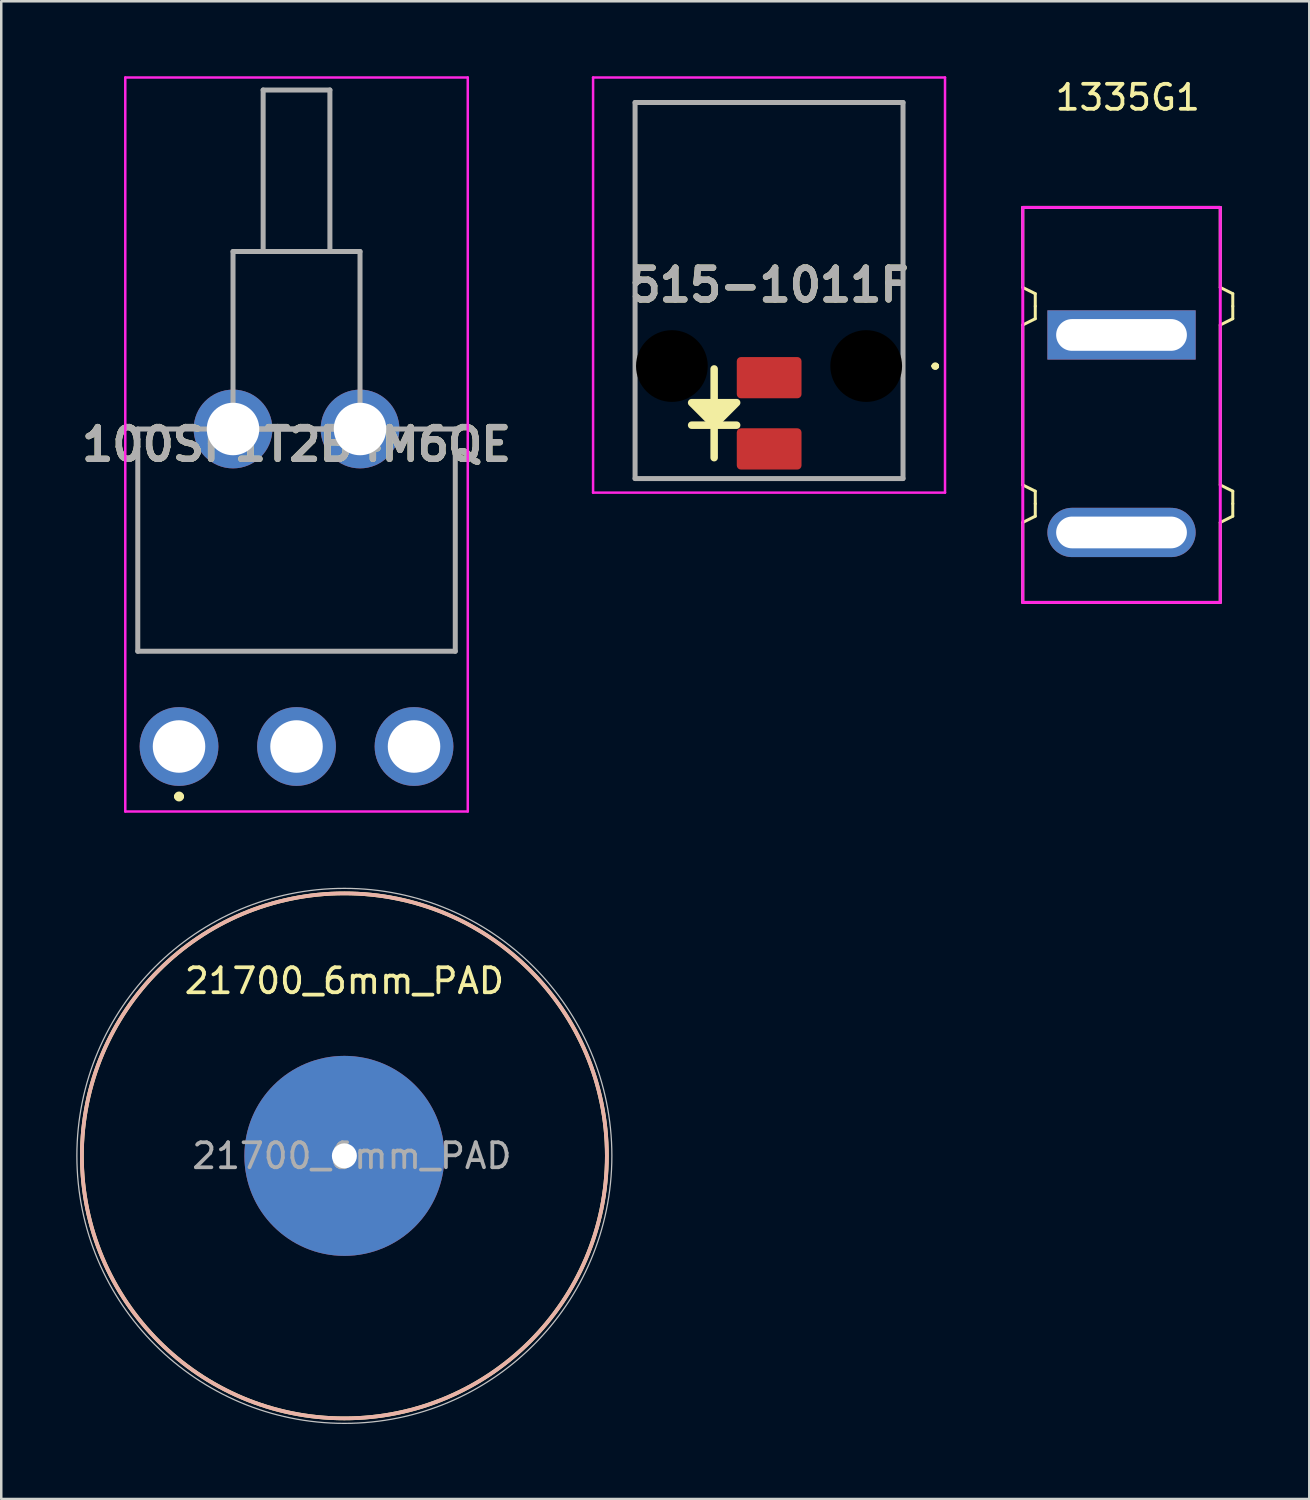
<source format=kicad_pcb>
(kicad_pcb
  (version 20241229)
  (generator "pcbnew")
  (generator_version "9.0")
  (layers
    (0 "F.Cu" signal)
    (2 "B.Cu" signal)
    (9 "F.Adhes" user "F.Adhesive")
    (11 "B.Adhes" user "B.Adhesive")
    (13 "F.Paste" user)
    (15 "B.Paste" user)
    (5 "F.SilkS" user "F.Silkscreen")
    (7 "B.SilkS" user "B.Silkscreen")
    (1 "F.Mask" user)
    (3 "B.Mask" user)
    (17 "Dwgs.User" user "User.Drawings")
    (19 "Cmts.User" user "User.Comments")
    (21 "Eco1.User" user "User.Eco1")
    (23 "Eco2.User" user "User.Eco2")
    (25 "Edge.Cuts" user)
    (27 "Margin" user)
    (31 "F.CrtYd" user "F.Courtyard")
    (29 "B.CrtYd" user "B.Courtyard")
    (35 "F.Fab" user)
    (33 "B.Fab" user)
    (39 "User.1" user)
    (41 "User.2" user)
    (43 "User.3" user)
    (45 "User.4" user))
  (footprint "100SP1T2B4M6QE"
    (layer "F.Cu")
    (at 4.111 26.81)
    (property "Reference" "100SP1T2B4M6QE" (at 4.7 -12.08 0) (layer "F.SilkS") (effects (font (size 1.27 1.27) (thickness 0.254))))
    (attr through_hole)
    (fp_line (start -1.65 -12.7) (end -0.3 -12.7) (stroke (width 0.1) (type solid)) (layer "F.SilkS"))
    (fp_line (start -1.65 -3.8) (end -1.65 -12.7) (stroke (width 0.1) (type solid)) (layer "F.SilkS"))
    (fp_line (start -0.1 2) (end -0.1 2) (stroke (width 0.2) (type solid)) (layer "F.SilkS"))
    (fp_line (start 0.1 2) (end 0.1 2) (stroke (width 0.2) (type solid)) (layer "F.SilkS"))
    (fp_line (start 4.3 -12.7) (end 5.1 -12.7) (stroke (width 0.1) (type solid)) (layer "F.SilkS"))
    (fp_line (start 9.7 -12.7) (end 11.05 -12.7) (stroke (width 0.1) (type solid)) (layer "F.SilkS"))
    (fp_line (start 11.05 -12.7) (end 11.05 -3.8) (stroke (width 0.1) (type solid)) (layer "F.SilkS"))
    (fp_line (start 11.05 -3.8) (end -1.65 -3.8) (stroke (width 0.1) (type solid)) (layer "F.SilkS"))
    (fp_arc (start -0.1 2) (mid 0 1.9) (end 0.1 2) (stroke (width 0.2) (type solid)) (layer "F.SilkS"))
    (fp_arc (start 0.1 2) (mid 0 2.1) (end -0.1 2) (stroke (width 0.2) (type solid)) (layer "F.SilkS"))
    (fp_line (start -2.15 -26.76) (end 11.55 -26.76) (stroke (width 0.1) (type solid)) (layer "F.CrtYd"))
    (fp_line (start -2.15 2.6) (end -2.15 -26.76) (stroke (width 0.1) (type solid)) (layer "F.CrtYd"))
    (fp_line (start 11.55 -26.76) (end 11.55 2.6) (stroke (width 0.1) (type solid)) (layer "F.CrtYd"))
    (fp_line (start 11.55 2.6) (end -2.15 2.6) (stroke (width 0.1) (type solid)) (layer "F.CrtYd"))
    (fp_line (start -1.65 -12.7) (end 11.05 -12.7) (stroke (width 0.2) (type solid)) (layer "F.Fab"))
    (fp_line (start -1.65 -3.81) (end -1.65 -12.7) (stroke (width 0.2) (type solid)) (layer "F.Fab"))
    (fp_line (start 2.16 -19.8) (end 2.16 -12.7) (stroke (width 0.2) (type solid)) (layer "F.Fab"))
    (fp_line (start 2.16 -12.7) (end 7.24 -12.7) (stroke (width 0.2) (type solid)) (layer "F.Fab"))
    (fp_line (start 3.365 -26.26) (end 6.035 -26.26) (stroke (width 0.2) (type solid)) (layer "F.Fab"))
    (fp_line (start 3.365 -19.8) (end 3.365 -26.26) (stroke (width 0.2) (type solid)) (layer "F.Fab"))
    (fp_line (start 6.035 -26.26) (end 6.035 -19.8) (stroke (width 0.2) (type solid)) (layer "F.Fab"))
    (fp_line (start 6.035 -19.8) (end 3.365 -19.8) (stroke (width 0.2) (type solid)) (layer "F.Fab"))
    (fp_line (start 7.24 -19.8) (end 2.16 -19.8) (stroke (width 0.2) (type solid)) (layer "F.Fab"))
    (fp_line (start 7.24 -12.7) (end 7.24 -19.8) (stroke (width 0.2) (type solid)) (layer "F.Fab"))
    (fp_line (start 11.05 -12.7) (end 11.05 -3.81) (stroke (width 0.2) (type solid)) (layer "F.Fab"))
    (fp_line (start 11.05 -3.81) (end -1.65 -3.81) (stroke (width 0.2) (type solid)) (layer "F.Fab"))
    (fp_text user "${REFERENCE}" (at 4.7 -12.08 0) (layer "F.Fab") (effects (font (size 1.27 1.27) (thickness 0.254))))
    (pad "1" thru_hole circle (at 0 0) (size 3.15 3.15) (drill 2.1) (layers "*.Cu" "*.Mask"))
    (pad "2" thru_hole circle (at 4.7 0) (size 3.15 3.15) (drill 2.1) (layers "*.Cu" "*.Mask"))
    (pad "3" thru_hole circle (at 9.4 0) (size 3.15 3.15) (drill 2.1) (layers "*.Cu" "*.Mask"))
    (pad "MH1" thru_hole circle (at 2.16 -12.7) (size 3.15 3.15) (drill 2.1) (layers "*.Cu" "*.Mask"))
    (pad "MH2" thru_hole circle (at 7.24 -12.7) (size 3.15 3.15) (drill 2.1) (layers "*.Cu" "*.Mask")))
  (footprint "21700_6mm_PAD"
    (layer "F.Cu")
    (at 10.725 43.185)
    (property "Reference" "21700_6mm_PAD" (at 0 -7 0) (layer "F.SilkS") (effects (font (size 1 1) (thickness 0.15))))
    (attr exclude_from_pos_files exclude_from_bom)
    (fp_circle (center 0 0) (end 10.5 0) (stroke (width 0.15) (type solid)) (fill no) (layer "F.SilkS"))
    (fp_circle (center 0 0) (end 10.5 0) (stroke (width 0.15) (type solid)) (fill no) (layer "B.SilkS"))
    (fp_circle (center 0 0) (end 10.7 0) (stroke (width 0.05) (type solid)) (fill no) (layer "Dwgs.User"))
    (fp_text user "${REFERENCE}" (at 0.3 0 0) (layer "F.Fab") (effects (font (size 1 1) (thickness 0.15))))
    (pad "1" thru_hole circle (at 0 0) (size 8 8) (drill 1) (layers "*.Cu" "*.Mask")))
  (footprint "1335G1"
    (layer "F.Cu")
    (at 41.811 10.348)
    (property "Reference" "1335G1" (at 0.25 -9.5 0) (layer "F.SilkS") (effects (font (size 1 1) (thickness 0.15))))
    (attr through_hole)
    (fp_line (start -3.95 -1.9) (end -3.95 -5.1) (stroke (width 0.12) (type solid)) (layer "F.SilkS"))
    (fp_line (start -3.95 -0.4) (end -3.95 6) (stroke (width 0.12) (type solid)) (layer "F.SilkS"))
    (fp_line (start -3.95 7.5) (end -3.95 10.7) (stroke (width 0.12) (type solid)) (layer "F.SilkS"))
    (fp_line (start -3.45 -1.65) (end -3.95 -1.9) (stroke (width 0.12) (type solid)) (layer "F.SilkS"))
    (fp_line (start -3.45 -1.15) (end -3.45 -1.65) (stroke (width 0.12) (type solid)) (layer "F.SilkS"))
    (fp_line (start -3.45 -1.15) (end -3.45 -0.65) (stroke (width 0.12) (type solid)) (layer "F.SilkS"))
    (fp_line (start -3.45 -0.65) (end -3.95 -0.4) (stroke (width 0.12) (type solid)) (layer "F.SilkS"))
    (fp_line (start -3.45 6.25) (end -3.95 6) (stroke (width 0.12) (type solid)) (layer "F.SilkS"))
    (fp_line (start -3.45 6.75) (end -3.45 6.25) (stroke (width 0.12) (type solid)) (layer "F.SilkS"))
    (fp_line (start -3.45 6.75) (end -3.45 7.25) (stroke (width 0.12) (type solid)) (layer "F.SilkS"))
    (fp_line (start -3.45 7.25) (end -3.95 7.5) (stroke (width 0.12) (type solid)) (layer "F.SilkS"))
    (fp_line (start 3.95 -5.1) (end -3.95 -5.1) (stroke (width 0.12) (type solid)) (layer "F.SilkS"))
    (fp_line (start 3.95 -1.9) (end 3.95 -5.1) (stroke (width 0.12) (type solid)) (layer "F.SilkS"))
    (fp_line (start 3.95 6) (end 3.95 -0.4) (stroke (width 0.12) (type solid)) (layer "F.SilkS"))
    (fp_line (start 3.95 7.5) (end 3.95 10.7) (stroke (width 0.12) (type solid)) (layer "F.SilkS"))
    (fp_line (start 3.95 10.7) (end -3.95 10.7) (stroke (width 0.12) (type solid)) (layer "F.SilkS"))
    (fp_line (start 4.45 -1.65) (end 3.95 -1.9) (stroke (width 0.12) (type solid)) (layer "F.SilkS"))
    (fp_line (start 4.45 -1.15) (end 4.45 -1.65) (stroke (width 0.12) (type solid)) (layer "F.SilkS"))
    (fp_line (start 4.45 -1.15) (end 4.45 -0.65) (stroke (width 0.12) (type solid)) (layer "F.SilkS"))
    (fp_line (start 4.45 -0.65) (end 3.95 -0.4) (stroke (width 0.12) (type solid)) (layer "F.SilkS"))
    (fp_line (start 4.45 6.25) (end 3.95 6) (stroke (width 0.12) (type solid)) (layer "F.SilkS"))
    (fp_line (start 4.45 6.75) (end 4.45 6.25) (stroke (width 0.12) (type solid)) (layer "F.SilkS"))
    (fp_line (start 4.45 6.75) (end 4.45 7.25) (stroke (width 0.12) (type solid)) (layer "F.SilkS"))
    (fp_line (start 4.45 7.25) (end 3.95 7.5) (stroke (width 0.12) (type solid)) (layer "F.SilkS"))
    (fp_line (start -3.95 -5.1) (end -3.95 10.7) (stroke (width 0.12) (type solid)) (layer "F.CrtYd"))
    (fp_line (start 3.95 -5.1) (end -3.95 -5.1) (stroke (width 0.12) (type solid)) (layer "F.CrtYd"))
    (fp_line (start 3.95 -5.1) (end 3.95 10.7) (stroke (width 0.12) (type solid)) (layer "F.CrtYd"))
    (fp_line (start 3.95 10.7) (end -3.95 10.7) (stroke (width 0.12) (type solid)) (layer "F.CrtYd"))
    (pad "1" thru_hole rect (at 0 0) (size 5.93 1.97) (drill oval 5.23 1.27) (layers "*.Cu" "*.Mask"))
    (pad "2" thru_hole oval (at 0 7.9) (size 5.93 1.97) (drill oval 5.23 1.27) (layers "*.Cu" "*.Mask")))
  (footprint "515-1011F"
    (layer "F.Cu")
    (at 27.716 12.057)
    (property "Reference" "515-1011F" (at -0.004 -3.704 0) (layer "F.SilkS") (effects (font (size 1.27 1.27) (thickness 0.254))))
    (attr through_hole)
    (fp_line (start -5.363 -11.007) (end -5.363 -11.007) (stroke (width 0.1) (type solid)) (layer "F.SilkS"))
    (fp_line (start -5.363 -11.007) (end -5.363 -11.007) (stroke (width 0.1) (type solid)) (layer "F.SilkS"))
    (fp_line (start -5.363 -11.007) (end -5.363 -3.236) (stroke (width 0.1) (type solid)) (layer "F.SilkS"))
    (fp_line (start -5.363 -11.007) (end 5.355 -11.007) (stroke (width 0.1) (type solid)) (layer "F.SilkS"))
    (fp_line (start -5.363 -3.236) (end -5.363 -11.007) (stroke (width 0.1) (type solid)) (layer "F.SilkS"))
    (fp_line (start -5.363 -3.236) (end -5.363 -3.236) (stroke (width 0.1) (type solid)) (layer "F.SilkS"))
    (fp_line (start -5.363 2.7) (end -5.363 4.035) (stroke (width 0.1) (type solid)) (layer "F.SilkS"))
    (fp_line (start -5.363 4.035) (end 5.355 4.035) (stroke (width 0.1) (type solid)) (layer "F.SilkS"))
    (fp_line (start -3.1 1.9) (end -1.3 1.9) (stroke (width 0.3) (type default)) (layer "F.SilkS"))
    (fp_line (start -2.2 0.95) (end -2.2 -0.35) (stroke (width 0.3) (type default)) (layer "F.SilkS"))
    (fp_line (start -2.2 1.95) (end -2.2 3.2) (stroke (width 0.3) (type default)) (layer "F.SilkS"))
    (fp_line (start 5.355 -11.007) (end -5.363 -11.007) (stroke (width 0.1) (type solid)) (layer "F.SilkS"))
    (fp_line (start 5.355 -11.007) (end 5.355 -11.007) (stroke (width 0.1) (type solid)) (layer "F.SilkS"))
    (fp_line (start 5.355 -11.007) (end 5.355 -11.007) (stroke (width 0.1) (type solid)) (layer "F.SilkS"))
    (fp_line (start 5.355 -11.007) (end 5.355 -3.236) (stroke (width 0.1) (type solid)) (layer "F.SilkS"))
    (fp_line (start 5.355 -3.236) (end 5.355 -11.007) (stroke (width 0.1) (type solid)) (layer "F.SilkS"))
    (fp_line (start 5.355 -3.236) (end 5.355 -3.236) (stroke (width 0.1) (type solid)) (layer "F.SilkS"))
    (fp_line (start 5.355 4.035) (end 5.355 2.7) (stroke (width 0.1) (type solid)) (layer "F.SilkS"))
    (fp_line (start 6.596 -0.465) (end 6.596 -0.465) (stroke (width 0.2) (type solid)) (layer "F.SilkS"))
    (fp_line (start 6.596 -0.465) (end 6.596 -0.465) (stroke (width 0.2) (type solid)) (layer "F.SilkS"))
    (fp_line (start 6.696 -0.465) (end 6.696 -0.465) (stroke (width 0.2) (type solid)) (layer "F.SilkS"))
    (fp_arc (start 6.596 -0.465) (mid 6.646 -0.515) (end 6.696 -0.465) (stroke (width 0.2) (type solid)) (layer "F.SilkS"))
    (fp_arc (start 6.696 -0.465) (mid 6.646 -0.415) (end 6.596 -0.465) (stroke (width 0.2) (type solid)) (layer "F.SilkS"))
    (fp_arc (start 6.696 -0.465) (mid 6.646 -0.415) (end 6.596 -0.465) (stroke (width 0.2) (type solid)) (layer "F.SilkS"))
    (fp_poly (pts (xy -3.1 1) (xy -1.3 1) (xy -2.2 1.9)) (stroke (width 0.3) (type solid)) (fill yes) (layer "F.SilkS"))
    (fp_line (start -7.043 -12.007) (end 7.035 -12.007) (stroke (width 0.1) (type solid)) (layer "F.CrtYd"))
    (fp_line (start -7.043 4.599) (end -7.043 -12.007) (stroke (width 0.1) (type solid)) (layer "F.CrtYd"))
    (fp_line (start 7.035 -12.007) (end 7.035 4.599) (stroke (width 0.1) (type solid)) (layer "F.CrtYd"))
    (fp_line (start 7.035 4.599) (end -7.043 4.599) (stroke (width 0.1) (type solid)) (layer "F.CrtYd"))
    (fp_line (start -5.363 -11.007) (end -5.363 4.035) (stroke (width 0.2) (type solid)) (layer "F.Fab"))
    (fp_line (start -5.363 4.035) (end 5.355 4.035) (stroke (width 0.2) (type solid)) (layer "F.Fab"))
    (fp_line (start 5.355 -11.007) (end -5.363 -11.007) (stroke (width 0.2) (type solid)) (layer "F.Fab"))
    (fp_line (start 5.355 4.035) (end 5.355 -11.007) (stroke (width 0.2) (type solid)) (layer "F.Fab"))
    (fp_text user "${REFERENCE}" (at -0.004 -3.704 0) (layer "F.Fab") (effects (font (size 1.27 1.27) (thickness 0.254))))
    (pad "" np_thru_hole circle (at -3.89 -0.465) (size 2.87 2.87) (drill 2.87) (layers "*.Mask"))
    (pad "" np_thru_hole circle (at 3.882 -0.465) (size 2.87 2.87) (drill 2.87) (layers "*.Mask"))
    (pad "1" smd roundrect (at 0 2.85) (size 2.59 1.65) (layers "F.Cu" "F.Mask" "F.Paste") (roundrect_rratio 0.1))
    (pad "2" smd roundrect (at 0 0) (size 2.59 1.65) (layers "F.Cu" "F.Mask" "F.Paste") (roundrect_rratio 0.1)))
  (gr_rect
    (start -3 -3)
    (end 49.321 56.91)
    (stroke (width 0.1) (type default))
    (fill no)
    (layer "Edge.Cuts")))
</source>
